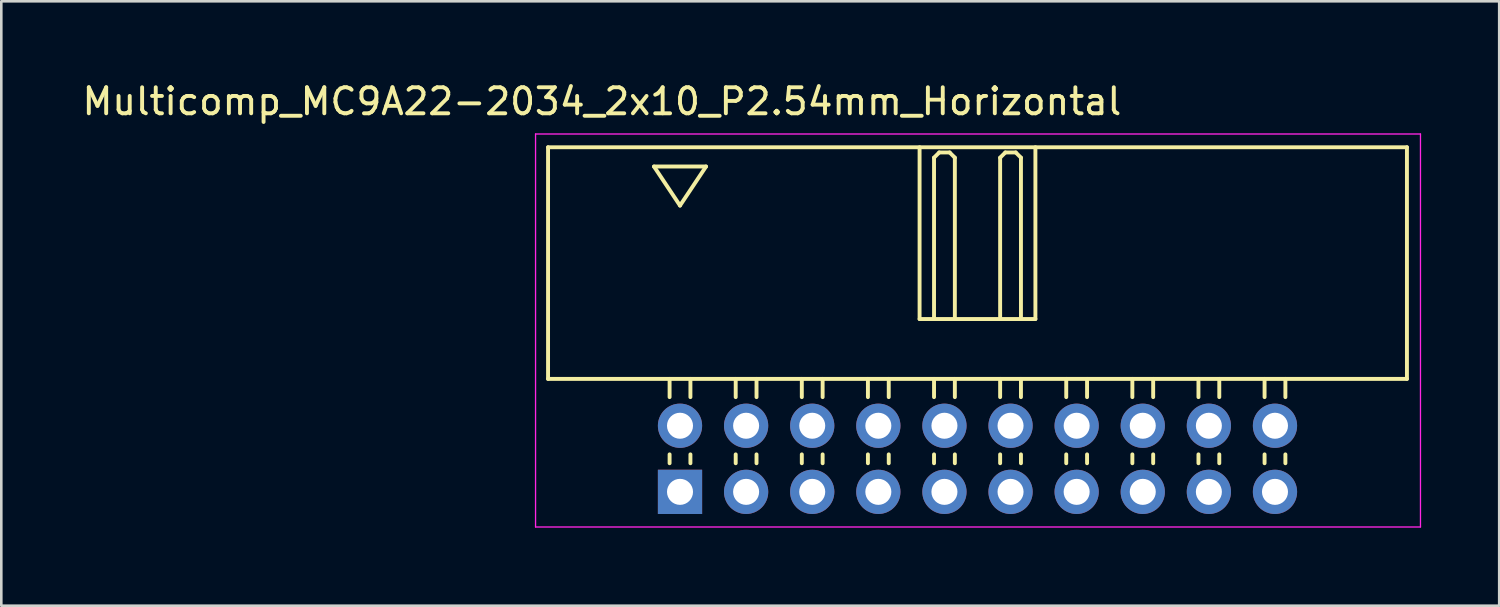
<source format=kicad_pcb>
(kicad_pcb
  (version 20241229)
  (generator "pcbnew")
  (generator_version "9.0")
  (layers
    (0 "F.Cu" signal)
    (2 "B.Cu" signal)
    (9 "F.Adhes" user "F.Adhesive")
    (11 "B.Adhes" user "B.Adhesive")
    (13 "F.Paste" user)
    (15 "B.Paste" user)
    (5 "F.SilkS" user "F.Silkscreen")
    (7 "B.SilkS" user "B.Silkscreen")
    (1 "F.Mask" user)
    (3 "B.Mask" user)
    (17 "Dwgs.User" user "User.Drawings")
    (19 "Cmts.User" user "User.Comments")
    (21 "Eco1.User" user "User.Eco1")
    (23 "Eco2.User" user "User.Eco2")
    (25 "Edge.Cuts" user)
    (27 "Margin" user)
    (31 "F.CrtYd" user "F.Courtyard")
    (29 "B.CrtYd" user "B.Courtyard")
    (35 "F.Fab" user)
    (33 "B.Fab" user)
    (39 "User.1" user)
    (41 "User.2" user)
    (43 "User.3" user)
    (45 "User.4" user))
  (footprint "Multicomp_MC9A22-2034_2x10_P2.54mm_Horizontal"
    (layer "F.Cu")
    (at 23.077 15.848)
    (property "Reference" "Multicomp_MC9A22-2034_2x10_P2.54mm_Horizontal" (at -3 -15 0) (layer "F.SilkS") (effects (font (size 1 1) (thickness 0.15))))
    (attr through_hole)
    (fp_line (start -5.07 -13.24) (end 27.93 -13.24) (stroke (width 0.15) (type solid)) (layer "F.SilkS"))
    (fp_line (start -5.07 -4.34) (end -5.07 -13.24) (stroke (width 0.15) (type solid)) (layer "F.SilkS"))
    (fp_line (start -1 -12.5) (end 1 -12.5) (stroke (width 0.15) (type solid)) (layer "F.SilkS"))
    (fp_line (start -0.4 -3.64) (end -0.4 -4.34) (stroke (width 0.15) (type solid)) (layer "F.SilkS"))
    (fp_line (start -0.4 -1.1) (end -0.4 -1.44) (stroke (width 0.15) (type solid)) (layer "F.SilkS"))
    (fp_line (start 0 -11) (end -1 -12.5) (stroke (width 0.15) (type solid)) (layer "F.SilkS"))
    (fp_line (start 0.4 -3.64) (end 0.4 -4.34) (stroke (width 0.15) (type solid)) (layer "F.SilkS"))
    (fp_line (start 0.4 -1.1) (end 0.4 -1.44) (stroke (width 0.15) (type solid)) (layer "F.SilkS"))
    (fp_line (start 1 -12.5) (end 0 -11) (stroke (width 0.15) (type solid)) (layer "F.SilkS"))
    (fp_line (start 2.14 -3.64) (end 2.14 -4.34) (stroke (width 0.15) (type solid)) (layer "F.SilkS"))
    (fp_line (start 2.14 -1.1) (end 2.14 -1.44) (stroke (width 0.15) (type solid)) (layer "F.SilkS"))
    (fp_line (start 2.94 -3.64) (end 2.94 -4.34) (stroke (width 0.15) (type solid)) (layer "F.SilkS"))
    (fp_line (start 2.94 -1.1) (end 2.94 -1.44) (stroke (width 0.15) (type solid)) (layer "F.SilkS"))
    (fp_line (start 4.68 -3.64) (end 4.68 -4.34) (stroke (width 0.15) (type solid)) (layer "F.SilkS"))
    (fp_line (start 4.68 -1.1) (end 4.68 -1.44) (stroke (width 0.15) (type solid)) (layer "F.SilkS"))
    (fp_line (start 5.48 -3.64) (end 5.48 -4.34) (stroke (width 0.15) (type solid)) (layer "F.SilkS"))
    (fp_line (start 5.48 -1.1) (end 5.48 -1.44) (stroke (width 0.15) (type solid)) (layer "F.SilkS"))
    (fp_line (start 7.22 -3.64) (end 7.22 -4.34) (stroke (width 0.15) (type solid)) (layer "F.SilkS"))
    (fp_line (start 7.22 -1.1) (end 7.22 -1.44) (stroke (width 0.15) (type solid)) (layer "F.SilkS"))
    (fp_line (start 8.02 -3.64) (end 8.02 -4.34) (stroke (width 0.15) (type solid)) (layer "F.SilkS"))
    (fp_line (start 8.02 -1.1) (end 8.02 -1.44) (stroke (width 0.15) (type solid)) (layer "F.SilkS"))
    (fp_line (start 9.205 -13.24) (end 9.205 -6.64) (stroke (width 0.15) (type solid)) (layer "F.SilkS"))
    (fp_line (start 9.205 -6.64) (end 13.655 -6.64) (stroke (width 0.15) (type solid)) (layer "F.SilkS"))
    (fp_line (start 9.76 -12.84) (end 9.96 -13.04) (stroke (width 0.15) (type solid)) (layer "F.SilkS"))
    (fp_line (start 9.76 -6.64) (end 9.76 -12.84) (stroke (width 0.15) (type solid)) (layer "F.SilkS"))
    (fp_line (start 9.76 -3.64) (end 9.76 -4.34) (stroke (width 0.15) (type solid)) (layer "F.SilkS"))
    (fp_line (start 9.76 -1.1) (end 9.76 -1.44) (stroke (width 0.15) (type solid)) (layer "F.SilkS"))
    (fp_line (start 9.96 -13.04) (end 10.36 -13.04) (stroke (width 0.15) (type solid)) (layer "F.SilkS"))
    (fp_line (start 10.36 -13.04) (end 10.56 -12.84) (stroke (width 0.15) (type solid)) (layer "F.SilkS"))
    (fp_line (start 10.56 -12.84) (end 10.56 -6.64) (stroke (width 0.15) (type solid)) (layer "F.SilkS"))
    (fp_line (start 10.56 -3.64) (end 10.56 -4.34) (stroke (width 0.15) (type solid)) (layer "F.SilkS"))
    (fp_line (start 10.56 -1.1) (end 10.56 -1.44) (stroke (width 0.15) (type solid)) (layer "F.SilkS"))
    (fp_line (start 12.3 -12.84) (end 12.5 -13.04) (stroke (width 0.15) (type solid)) (layer "F.SilkS"))
    (fp_line (start 12.3 -6.64) (end 12.3 -12.84) (stroke (width 0.15) (type solid)) (layer "F.SilkS"))
    (fp_line (start 12.3 -3.64) (end 12.3 -4.34) (stroke (width 0.15) (type solid)) (layer "F.SilkS"))
    (fp_line (start 12.3 -1.1) (end 12.3 -1.44) (stroke (width 0.15) (type solid)) (layer "F.SilkS"))
    (fp_line (start 12.5 -13.04) (end 12.9 -13.04) (stroke (width 0.15) (type solid)) (layer "F.SilkS"))
    (fp_line (start 12.9 -13.04) (end 13.1 -12.84) (stroke (width 0.15) (type solid)) (layer "F.SilkS"))
    (fp_line (start 13.1 -12.84) (end 13.1 -6.64) (stroke (width 0.15) (type solid)) (layer "F.SilkS"))
    (fp_line (start 13.1 -3.64) (end 13.1 -4.34) (stroke (width 0.15) (type solid)) (layer "F.SilkS"))
    (fp_line (start 13.1 -1.1) (end 13.1 -1.44) (stroke (width 0.15) (type solid)) (layer "F.SilkS"))
    (fp_line (start 13.655 -6.64) (end 13.655 -13.24) (stroke (width 0.15) (type solid)) (layer "F.SilkS"))
    (fp_line (start 14.84 -3.64) (end 14.84 -4.34) (stroke (width 0.15) (type solid)) (layer "F.SilkS"))
    (fp_line (start 14.84 -1.1) (end 14.84 -1.44) (stroke (width 0.15) (type solid)) (layer "F.SilkS"))
    (fp_line (start 15.64 -3.64) (end 15.64 -4.34) (stroke (width 0.15) (type solid)) (layer "F.SilkS"))
    (fp_line (start 15.64 -1.1) (end 15.64 -1.44) (stroke (width 0.15) (type solid)) (layer "F.SilkS"))
    (fp_line (start 17.38 -3.64) (end 17.38 -4.34) (stroke (width 0.15) (type solid)) (layer "F.SilkS"))
    (fp_line (start 17.38 -1.1) (end 17.38 -1.44) (stroke (width 0.15) (type solid)) (layer "F.SilkS"))
    (fp_line (start 18.18 -3.64) (end 18.18 -4.34) (stroke (width 0.15) (type solid)) (layer "F.SilkS"))
    (fp_line (start 18.18 -1.1) (end 18.18 -1.44) (stroke (width 0.15) (type solid)) (layer "F.SilkS"))
    (fp_line (start 19.92 -3.64) (end 19.92 -4.34) (stroke (width 0.15) (type solid)) (layer "F.SilkS"))
    (fp_line (start 19.92 -1.1) (end 19.92 -1.44) (stroke (width 0.15) (type solid)) (layer "F.SilkS"))
    (fp_line (start 20.72 -3.64) (end 20.72 -4.34) (stroke (width 0.15) (type solid)) (layer "F.SilkS"))
    (fp_line (start 20.72 -1.1) (end 20.72 -1.44) (stroke (width 0.15) (type solid)) (layer "F.SilkS"))
    (fp_line (start 22.46 -3.64) (end 22.46 -4.34) (stroke (width 0.15) (type solid)) (layer "F.SilkS"))
    (fp_line (start 22.46 -1.1) (end 22.46 -1.44) (stroke (width 0.15) (type solid)) (layer "F.SilkS"))
    (fp_line (start 23.26 -3.64) (end 23.26 -4.34) (stroke (width 0.15) (type solid)) (layer "F.SilkS"))
    (fp_line (start 23.26 -1.1) (end 23.26 -1.44) (stroke (width 0.15) (type solid)) (layer "F.SilkS"))
    (fp_line (start 27.93 -13.24) (end 27.93 -4.34) (stroke (width 0.15) (type solid)) (layer "F.SilkS"))
    (fp_line (start 27.93 -4.34) (end -5.07 -4.34) (stroke (width 0.15) (type solid)) (layer "F.SilkS"))
    (fp_line (start -5.55 -13.75) (end 28.45 -13.75) (stroke (width 0.05) (type solid)) (layer "F.CrtYd"))
    (fp_line (start -5.55 1.35) (end -5.55 -13.75) (stroke (width 0.05) (type solid)) (layer "F.CrtYd"))
    (fp_line (start 28.45 -13.75) (end 28.45 1.35) (stroke (width 0.05) (type solid)) (layer "F.CrtYd"))
    (fp_line (start 28.45 1.35) (end -5.55 1.35) (stroke (width 0.05) (type solid)) (layer "F.CrtYd"))
    (pad "1" thru_hole rect (at 0 0) (size 1.7 1.7) (drill 1) (layers "*.Cu" "*.Mask"))
    (pad "2" thru_hole circle (at 0 -2.54) (size 1.7 1.7) (drill 1) (layers "*.Cu" "*.Mask"))
    (pad "3" thru_hole circle (at 2.54 0) (size 1.7 1.7) (drill 1) (layers "*.Cu" "*.Mask"))
    (pad "4" thru_hole circle (at 2.54 -2.54) (size 1.7 1.7) (drill 1) (layers "*.Cu" "*.Mask"))
    (pad "5" thru_hole circle (at 5.08 0) (size 1.7 1.7) (drill 1) (layers "*.Cu" "*.Mask"))
    (pad "6" thru_hole circle (at 5.08 -2.54) (size 1.7 1.7) (drill 1) (layers "*.Cu" "*.Mask"))
    (pad "7" thru_hole circle (at 7.62 0) (size 1.7 1.7) (drill 1) (layers "*.Cu" "*.Mask"))
    (pad "8" thru_hole circle (at 7.62 -2.54) (size 1.7 1.7) (drill 1) (layers "*.Cu" "*.Mask"))
    (pad "9" thru_hole circle (at 10.16 0) (size 1.7 1.7) (drill 1) (layers "*.Cu" "*.Mask"))
    (pad "10" thru_hole circle (at 10.16 -2.54) (size 1.7 1.7) (drill 1) (layers "*.Cu" "*.Mask"))
    (pad "11" thru_hole circle (at 12.7 0) (size 1.7 1.7) (drill 1) (layers "*.Cu" "*.Mask"))
    (pad "12" thru_hole circle (at 12.7 -2.54) (size 1.7 1.7) (drill 1) (layers "*.Cu" "*.Mask"))
    (pad "13" thru_hole circle (at 15.24 0) (size 1.7 1.7) (drill 1) (layers "*.Cu" "*.Mask"))
    (pad "14" thru_hole circle (at 15.24 -2.54) (size 1.7 1.7) (drill 1) (layers "*.Cu" "*.Mask"))
    (pad "15" thru_hole circle (at 17.78 0) (size 1.7 1.7) (drill 1) (layers "*.Cu" "*.Mask"))
    (pad "16" thru_hole circle (at 17.78 -2.54) (size 1.7 1.7) (drill 1) (layers "*.Cu" "*.Mask"))
    (pad "17" thru_hole circle (at 20.32 0) (size 1.7 1.7) (drill 1) (layers "*.Cu" "*.Mask"))
    (pad "18" thru_hole circle (at 20.32 -2.54) (size 1.7 1.7) (drill 1) (layers "*.Cu" "*.Mask"))
    (pad "19" thru_hole circle (at 22.86 0) (size 1.7 1.7) (drill 1) (layers "*.Cu" "*.Mask"))
    (pad "20" thru_hole circle (at 22.86 -2.54) (size 1.7 1.7) (drill 1) (layers "*.Cu" "*.Mask")))
  (gr_rect
    (start -3 -3)
    (end 54.552 20.223)
    (stroke (width 0.1) (type default))
    (fill no)
    (layer "Edge.Cuts")))
</source>
